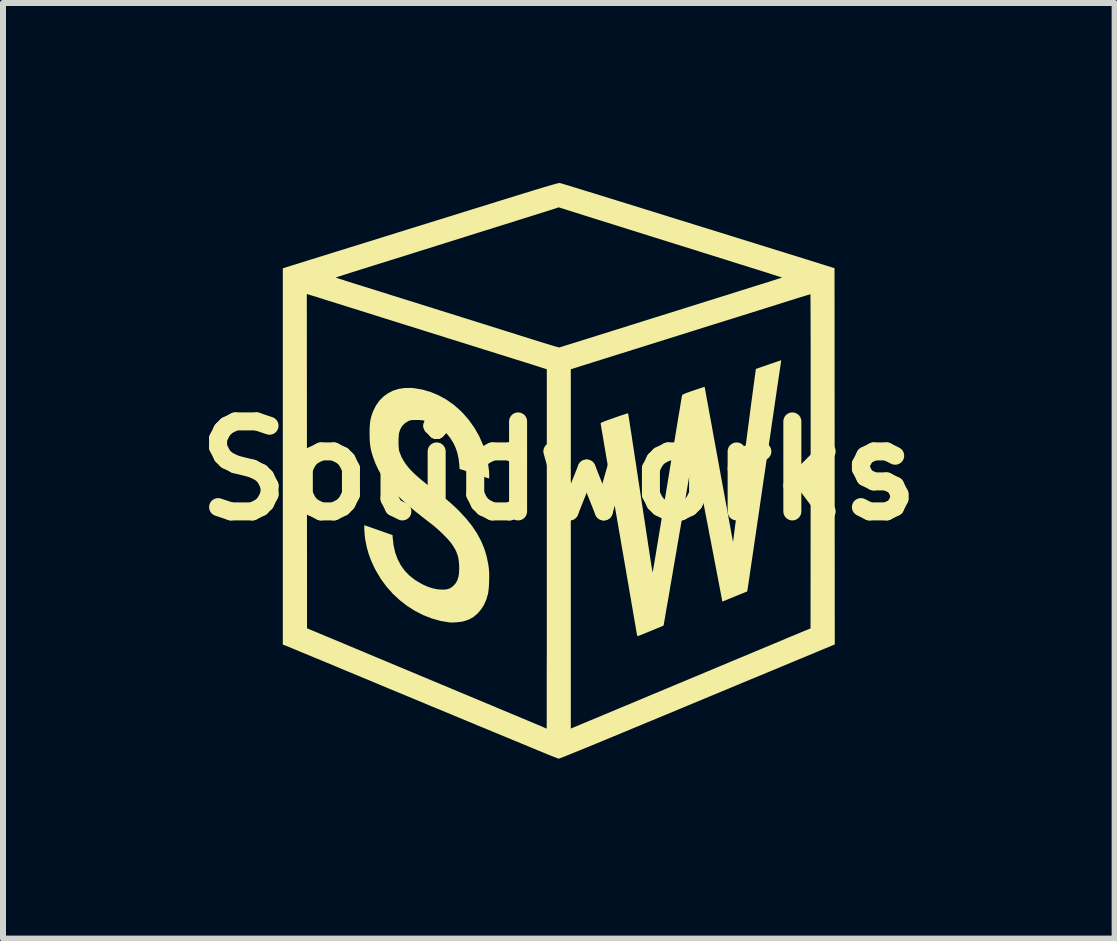
<source format=kicad_pcb>
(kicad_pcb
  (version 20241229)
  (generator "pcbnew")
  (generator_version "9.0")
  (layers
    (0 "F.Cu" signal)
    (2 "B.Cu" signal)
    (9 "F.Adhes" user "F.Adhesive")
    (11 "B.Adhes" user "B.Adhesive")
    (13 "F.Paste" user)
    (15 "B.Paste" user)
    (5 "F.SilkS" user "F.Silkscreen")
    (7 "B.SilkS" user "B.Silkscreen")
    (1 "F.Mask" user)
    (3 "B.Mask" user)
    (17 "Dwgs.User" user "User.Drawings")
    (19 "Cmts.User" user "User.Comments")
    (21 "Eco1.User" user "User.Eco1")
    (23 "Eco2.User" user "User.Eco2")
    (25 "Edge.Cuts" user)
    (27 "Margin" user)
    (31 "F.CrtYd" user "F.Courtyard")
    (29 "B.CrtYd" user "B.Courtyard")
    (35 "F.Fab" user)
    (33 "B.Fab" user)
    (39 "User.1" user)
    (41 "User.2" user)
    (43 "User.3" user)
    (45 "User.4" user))
  (footprint "Solidworks"
    (layer "F.Cu")
    (at 6.264 4.796)
    (property "Reference" "Solidworks" (at 0 0 0) (layer "F.SilkS") (effects (font (size 1.5 1.5) (thickness 0.3))))
    (attr board_only exclude_from_pos_files exclude_from_bom)
    (fp_poly (pts (xy -2.421 -1.377) (xy -2.277 -1.353) (xy -2.138 -1.313) (xy -2.004 -1.257) (xy -1.875 -1.186) (xy -1.753 -1.101) (xy -1.638 -1) (xy -1.603 -0.965) (xy -1.499 -0.846) (xy -1.407 -0.716) (xy -1.328 -0.578) (xy -1.264 -0.431) (xy -1.214 -0.278) (xy -1.197 -0.208) (xy -1.187 -0.156) (xy -1.177 -0.1) (xy -1.169 -0.043) (xy -1.163 0.01) (xy -1.16 0.057) (xy -1.159 0.092) (xy -1.16 0.101) (xy -1.163 0.13) (xy -1.408 0.05) (xy -1.654 -0.03) (xy -1.659 -0.105) (xy -1.671 -0.206) (xy -1.691 -0.297) (xy -1.72 -0.383) (xy -1.755 -0.458) (xy -1.812 -0.55) (xy -1.879 -0.631) (xy -1.959 -0.7) (xy -2.05 -0.758) (xy -2.155 -0.805) (xy -2.2 -0.822) (xy -2.235 -0.832) (xy -2.265 -0.839) (xy -2.296 -0.843) (xy -2.334 -0.845) (xy -2.371 -0.845) (xy -2.414 -0.845) (xy -2.445 -0.844) (xy -2.468 -0.841) (xy -2.487 -0.836) (xy -2.506 -0.828) (xy -2.519 -0.821) (xy -2.571 -0.787) (xy -2.613 -0.743) (xy -2.644 -0.687) (xy -2.665 -0.619) (xy -2.678 -0.538) (xy -2.68 -0.517) (xy -2.679 -0.423) (xy -2.662 -0.333) (xy -2.629 -0.245) (xy -2.622 -0.229) (xy -2.592 -0.174) (xy -2.558 -0.121) (xy -2.518 -0.068) (xy -2.471 -0.014) (xy -2.416 0.042) (xy -2.351 0.101) (xy -2.276 0.165) (xy -2.189 0.235) (xy -2.089 0.311) (xy -2.075 0.323) (xy -1.992 0.385) (xy -1.921 0.44) (xy -1.859 0.49) (xy -1.803 0.538) (xy -1.751 0.585) (xy -1.7 0.634) (xy -1.658 0.675) (xy -1.545 0.797) (xy -1.447 0.919) (xy -1.365 1.042) (xy -1.297 1.167) (xy -1.243 1.295) (xy -1.202 1.429) (xy -1.174 1.569) (xy -1.166 1.629) (xy -1.162 1.677) (xy -1.16 1.735) (xy -1.16 1.799) (xy -1.162 1.864) (xy -1.165 1.927) (xy -1.17 1.984) (xy -1.176 2.03) (xy -1.179 2.046) (xy -1.208 2.148) (xy -1.248 2.238) (xy -1.3 2.318) (xy -1.354 2.38) (xy -1.421 2.437) (xy -1.497 2.48) (xy -1.583 2.509) (xy -1.592 2.511) (xy -1.63 2.518) (xy -1.678 2.524) (xy -1.728 2.528) (xy -1.776 2.53) (xy -1.816 2.529) (xy -1.825 2.528) (xy -1.973 2.503) (xy -2.119 2.462) (xy -2.261 2.406) (xy -2.398 2.336) (xy -2.528 2.253) (xy -2.651 2.158) (xy -2.766 2.051) (xy -2.87 1.934) (xy -2.964 1.806) (xy -3.046 1.67) (xy -3.083 1.598) (xy -3.132 1.488) (xy -3.17 1.384) (xy -3.199 1.282) (xy -3.221 1.176) (xy -3.23 1.118) (xy -3.234 1.082) (xy -3.237 1.043) (xy -3.24 1.003) (xy -3.242 0.966) (xy -3.242 0.936) (xy -3.242 0.916) (xy -3.24 0.908) (xy -3.232 0.911) (xy -3.21 0.919) (xy -3.176 0.93) (xy -3.132 0.946) (xy -3.081 0.964) (xy -3.024 0.984) (xy -3.004 0.991) (xy -2.771 1.073) (xy -2.769 1.109) (xy -2.754 1.242) (xy -2.727 1.364) (xy -2.686 1.476) (xy -2.632 1.578) (xy -2.565 1.67) (xy -2.485 1.752) (xy -2.391 1.825) (xy -2.283 1.888) (xy -2.267 1.896) (xy -2.18 1.935) (xy -2.099 1.961) (xy -2.02 1.977) (xy -1.97 1.981) (xy -1.91 1.982) (xy -1.862 1.976) (xy -1.822 1.963) (xy -1.785 1.941) (xy -1.759 1.92) (xy -1.721 1.879) (xy -1.693 1.831) (xy -1.674 1.775) (xy -1.663 1.708) (xy -1.66 1.629) (xy -1.661 1.585) (xy -1.666 1.516) (xy -1.674 1.458) (xy -1.687 1.407) (xy -1.705 1.358) (xy -1.722 1.321) (xy -1.755 1.264) (xy -1.793 1.208) (xy -1.841 1.15) (xy -1.9 1.088) (xy -1.918 1.07) (xy -1.957 1.031) (xy -1.993 0.998) (xy -2.029 0.966) (xy -2.066 0.934) (xy -2.108 0.899) (xy -2.158 0.861) (xy -2.217 0.815) (xy -2.242 0.796) (xy -2.383 0.685) (xy -2.51 0.579) (xy -2.623 0.476) (xy -2.722 0.377) (xy -2.81 0.278) (xy -2.886 0.18) (xy -2.952 0.082) (xy -3.008 -0.018) (xy -3.056 -0.12) (xy -3.095 -0.225) (xy -3.116 -0.293) (xy -3.132 -0.355) (xy -3.143 -0.417) (xy -3.15 -0.483) (xy -3.153 -0.557) (xy -3.154 -0.625) (xy -3.153 -0.704) (xy -3.149 -0.77) (xy -3.143 -0.827) (xy -3.132 -0.88) (xy -3.117 -0.931) (xy -3.097 -0.986) (xy -3.095 -0.991) (xy -3.049 -1.084) (xy -2.992 -1.166) (xy -2.924 -1.235) (xy -2.847 -1.291) (xy -2.761 -1.335) (xy -2.667 -1.364) (xy -2.565 -1.379) (xy -2.458 -1.38)) (stroke (width 0) (type solid)) (fill yes) (layer "F.SilkS"))
    (fp_poly (pts (xy 3.707 -1.832) (xy 3.705 -1.82) (xy 3.703 -1.808) (xy 3.699 -1.781) (xy 3.693 -1.74) (xy 3.685 -1.686) (xy 3.675 -1.622) (xy 3.664 -1.547) (xy 3.652 -1.463) (xy 3.638 -1.372) (xy 3.624 -1.275) (xy 3.609 -1.173) (xy 3.604 -1.137) (xy 3.588 -1.027) (xy 3.572 -0.916) (xy 3.555 -0.805) (xy 3.54 -0.698) (xy 3.525 -0.596) (xy 3.511 -0.5) (xy 3.498 -0.414) (xy 3.487 -0.338) (xy 3.478 -0.275) (xy 3.471 -0.229) (xy 3.461 -0.164) (xy 3.45 -0.087) (xy 3.437 0.001) (xy 3.423 0.094) (xy 3.409 0.19) (xy 3.395 0.285) (xy 3.382 0.376) (xy 3.379 0.396) (xy 3.365 0.49) (xy 3.35 0.595) (xy 3.334 0.708) (xy 3.316 0.827) (xy 3.298 0.95) (xy 3.28 1.075) (xy 3.261 1.199) (xy 3.244 1.321) (xy 3.226 1.438) (xy 3.21 1.548) (xy 3.195 1.649) (xy 3.182 1.738) (xy 3.171 1.815) (xy 3.166 1.845) (xy 3.159 1.895) (xy 3.152 1.94) (xy 3.146 1.976) (xy 3.142 2.001) (xy 3.14 2.012) (xy 3.14 2.013) (xy 3.131 2.016) (xy 3.111 2.024) (xy 3.083 2.036) (xy 3.062 2.044) (xy 3.028 2.058) (xy 2.983 2.076) (xy 2.932 2.097) (xy 2.88 2.119) (xy 2.856 2.128) (xy 2.813 2.146) (xy 2.776 2.161) (xy 2.748 2.172) (xy 2.73 2.178) (xy 2.725 2.179) (xy 2.723 2.17) (xy 2.719 2.145) (xy 2.712 2.107) (xy 2.702 2.055) (xy 2.69 1.991) (xy 2.676 1.917) (xy 2.66 1.833) (xy 2.642 1.74) (xy 2.623 1.639) (xy 2.602 1.532) (xy 2.581 1.419) (xy 2.558 1.302) (xy 2.535 1.182) (xy 2.511 1.06) (xy 2.488 0.936) (xy 2.464 0.812) (xy 2.44 0.69) (xy 2.417 0.569) (xy 2.394 0.452) (xy 2.373 0.339) (xy 2.352 0.231) (xy 2.332 0.13) (xy 2.314 0.037) (xy 2.298 -0.048) (xy 2.283 -0.123) (xy 2.271 -0.188) (xy 2.26 -0.24) (xy 2.253 -0.28) (xy 2.247 -0.305) (xy 2.245 -0.316) (xy 2.245 -0.316) (xy 2.242 -0.313) (xy 2.242 -0.31) (xy 2.24 -0.301) (xy 2.236 -0.276) (xy 2.23 -0.237) (xy 2.221 -0.185) (xy 2.21 -0.12) (xy 2.197 -0.044) (xy 2.183 0.042) (xy 2.166 0.138) (xy 2.149 0.241) (xy 2.13 0.352) (xy 2.11 0.47) (xy 2.089 0.592) (xy 2.067 0.719) (xy 2.045 0.849) (xy 2.022 0.981) (xy 1.999 1.114) (xy 1.976 1.247) (xy 1.954 1.38) (xy 1.931 1.511) (xy 1.909 1.639) (xy 1.888 1.763) (xy 1.867 1.882) (xy 1.848 1.995) (xy 1.83 2.101) (xy 1.813 2.199) (xy 1.797 2.289) (xy 1.783 2.368) (xy 1.772 2.437) (xy 1.762 2.493) (xy 1.754 2.536) (xy 1.749 2.566) (xy 1.746 2.58) (xy 1.746 2.582) (xy 1.738 2.585) (xy 1.717 2.594) (xy 1.685 2.608) (xy 1.645 2.624) (xy 1.6 2.643) (xy 1.551 2.663) (xy 1.502 2.683) (xy 1.454 2.703) (xy 1.411 2.72) (xy 1.374 2.735) (xy 1.346 2.746) (xy 1.329 2.753) (xy 1.326 2.754) (xy 1.312 2.754) (xy 1.305 2.742) (xy 1.304 2.74) (xy 1.302 2.727) (xy 1.297 2.7) (xy 1.29 2.661) (xy 1.282 2.612) (xy 1.272 2.555) (xy 1.261 2.492) (xy 1.255 2.454) (xy 1.245 2.397) (xy 1.233 2.325) (xy 1.218 2.24) (xy 1.202 2.144) (xy 1.183 2.038) (xy 1.164 1.924) (xy 1.143 1.804) (xy 1.122 1.68) (xy 1.1 1.553) (xy 1.078 1.424) (xy 1.055 1.296) (xy 1.034 1.17) (xy 1.013 1.049) (xy 0.993 0.933) (xy 0.974 0.824) (xy 0.967 0.783) (xy 0.949 0.682) (xy 0.931 0.576) (xy 0.912 0.467) (xy 0.893 0.355) (xy 0.873 0.241) (xy 0.854 0.128) (xy 0.834 0.017) (xy 0.816 -0.093) (xy 0.797 -0.199) (xy 0.78 -0.299) (xy 0.764 -0.394) (xy 0.749 -0.481) (xy 0.736 -0.56) (xy 0.724 -0.629) (xy 0.714 -0.687) (xy 0.706 -0.733) (xy 0.701 -0.766) (xy 0.698 -0.784) (xy 0.697 -0.787) (xy 0.699 -0.792) (xy 0.705 -0.798) (xy 0.718 -0.805) (xy 0.74 -0.815) (xy 0.771 -0.827) (xy 0.813 -0.843) (xy 0.868 -0.862) (xy 0.923 -0.881) (xy 0.981 -0.902) (xy 1.034 -0.92) (xy 1.08 -0.935) (xy 1.116 -0.947) (xy 1.141 -0.954) (xy 1.153 -0.957) (xy 1.154 -0.957) (xy 1.154 -0.956) (xy 1.155 -0.952) (xy 1.157 -0.946) (xy 1.159 -0.936) (xy 1.161 -0.921) (xy 1.164 -0.902) (xy 1.169 -0.876) (xy 1.174 -0.843) (xy 1.18 -0.803) (xy 1.187 -0.755) (xy 1.196 -0.698) (xy 1.207 -0.63) (xy 1.219 -0.552) (xy 1.232 -0.463) (xy 1.248 -0.362) (xy 1.265 -0.247) (xy 1.285 -0.119) (xy 1.306 0.023) (xy 1.33 0.181) (xy 1.346 0.283) (xy 1.364 0.405) (xy 1.383 0.528) (xy 1.402 0.65) (xy 1.42 0.77) (xy 1.438 0.885) (xy 1.454 0.995) (xy 1.47 1.097) (xy 1.484 1.19) (xy 1.496 1.272) (xy 1.507 1.34) (xy 1.514 1.389) (xy 1.525 1.459) (xy 1.535 1.523) (xy 1.544 1.58) (xy 1.552 1.627) (xy 1.558 1.664) (xy 1.562 1.688) (xy 1.564 1.697) (xy 1.564 1.697) (xy 1.566 1.689) (xy 1.57 1.665) (xy 1.576 1.628) (xy 1.585 1.579) (xy 1.595 1.519) (xy 1.607 1.449) (xy 1.62 1.372) (xy 1.633 1.288) (xy 1.648 1.199) (xy 1.65 1.191) (xy 1.667 1.083) (xy 1.687 0.964) (xy 1.708 0.838) (xy 1.729 0.71) (xy 1.75 0.583) (xy 1.77 0.461) (xy 1.789 0.347) (xy 1.806 0.246) (xy 1.808 0.233) (xy 1.824 0.134) (xy 1.843 0.022) (xy 1.862 -0.099) (xy 1.883 -0.225) (xy 1.904 -0.353) (xy 1.925 -0.479) (xy 1.945 -0.6) (xy 1.963 -0.711) (xy 1.966 -0.729) (xy 1.981 -0.82) (xy 1.995 -0.905) (xy 2.009 -0.985) (xy 2.021 -1.057) (xy 2.031 -1.121) (xy 2.04 -1.174) (xy 2.047 -1.214) (xy 2.052 -1.242) (xy 2.054 -1.255) (xy 2.054 -1.255) (xy 2.058 -1.262) (xy 2.067 -1.269) (xy 2.083 -1.277) (xy 2.108 -1.288) (xy 2.144 -1.302) (xy 2.193 -1.319) (xy 2.243 -1.337) (xy 2.295 -1.354) (xy 2.342 -1.37) (xy 2.381 -1.383) (xy 2.41 -1.392) (xy 2.426 -1.397) (xy 2.43 -1.398) (xy 2.432 -1.389) (xy 2.437 -1.368) (xy 2.442 -1.338) (xy 2.445 -1.325) (xy 2.448 -1.304) (xy 2.455 -1.267) (xy 2.464 -1.215) (xy 2.476 -1.15) (xy 2.491 -1.071) (xy 2.507 -0.98) (xy 2.526 -0.878) (xy 2.547 -0.765) (xy 2.569 -0.641) (xy 2.593 -0.509) (xy 2.619 -0.369) (xy 2.646 -0.221) (xy 2.674 -0.067) (xy 2.703 0.093) (xy 2.734 0.258) (xy 2.765 0.428) (xy 2.779 0.508) (xy 2.797 0.602) (xy 2.813 0.693) (xy 2.829 0.779) (xy 2.843 0.859) (xy 2.857 0.931) (xy 2.868 0.993) (xy 2.877 1.044) (xy 2.884 1.082) (xy 2.888 1.105) (xy 2.889 1.108) (xy 2.895 1.14) (xy 2.9 1.166) (xy 2.903 1.18) (xy 2.904 1.181) (xy 2.906 1.175) (xy 2.909 1.157) (xy 2.911 1.136) (xy 2.914 1.112) (xy 2.919 1.075) (xy 2.925 1.029) (xy 2.931 0.978) (xy 2.937 0.933) (xy 2.943 0.888) (xy 2.951 0.83) (xy 2.96 0.761) (xy 2.97 0.685) (xy 2.98 0.605) (xy 2.991 0.525) (xy 2.999 0.463) (xy 3.006 0.413) (xy 3.012 0.368) (xy 3.017 0.325) (xy 3.023 0.285) (xy 3.028 0.245) (xy 3.033 0.205) (xy 3.039 0.164) (xy 3.044 0.12) (xy 3.051 0.072) (xy 3.058 0.02) (xy 3.065 -0.038) (xy 3.074 -0.103) (xy 3.083 -0.176) (xy 3.094 -0.258) (xy 3.106 -0.35) (xy 3.12 -0.453) (xy 3.135 -0.569) (xy 3.152 -0.698) (xy 3.171 -0.842) (xy 3.187 -0.966) (xy 3.201 -1.074) (xy 3.215 -1.177) (xy 3.228 -1.275) (xy 3.24 -1.365) (xy 3.251 -1.447) (xy 3.261 -1.519) (xy 3.269 -1.58) (xy 3.276 -1.63) (xy 3.281 -1.667) (xy 3.284 -1.689) (xy 3.285 -1.696) (xy 3.293 -1.699) (xy 3.315 -1.707) (xy 3.348 -1.718) (xy 3.391 -1.733) (xy 3.441 -1.75) (xy 3.483 -1.765) (xy 3.538 -1.784) (xy 3.588 -1.801) (xy 3.631 -1.816) (xy 3.665 -1.828) (xy 3.687 -1.835) (xy 3.695 -1.838) (xy 3.705 -1.84)) (stroke (width 0) (type solid)) (fill yes) (layer "F.SilkS"))
    (fp_poly (pts (xy 0.016 -4.796) (xy 0.032 -4.791) (xy 0.064 -4.782) (xy 0.111 -4.768) (xy 0.174 -4.749) (xy 0.252 -4.725) (xy 0.345 -4.697) (xy 0.453 -4.663) (xy 0.576 -4.626) (xy 0.713 -4.583) (xy 0.865 -4.536) (xy 1.03 -4.485) (xy 1.21 -4.429) (xy 1.404 -4.369) (xy 1.611 -4.305) (xy 1.679 -4.284) (xy 1.924 -4.207) (xy 2.154 -4.136) (xy 2.369 -4.069) (xy 2.57 -4.007) (xy 2.757 -3.949) (xy 2.93 -3.895) (xy 3.091 -3.845) (xy 3.24 -3.799) (xy 3.377 -3.756) (xy 3.503 -3.717) (xy 3.618 -3.681) (xy 3.724 -3.648) (xy 3.82 -3.618) (xy 3.907 -3.591) (xy 3.985 -3.567) (xy 4.056 -3.545) (xy 4.119 -3.525) (xy 4.175 -3.508) (xy 4.225 -3.492) (xy 4.267 -3.479) (xy 4.596 -3.376) (xy 4.598 -0.24) (xy 4.6 2.896) (xy 4.335 3.006) (xy 4.259 3.038) (xy 4.172 3.074) (xy 4.078 3.113) (xy 3.984 3.152) (xy 3.892 3.19) (xy 3.809 3.225) (xy 3.788 3.234) (xy 3.717 3.263) (xy 3.646 3.293) (xy 3.577 3.322) (xy 3.513 3.348) (xy 3.457 3.371) (xy 3.412 3.39) (xy 3.388 3.4) (xy 3.36 3.411) (xy 3.319 3.429) (xy 3.265 3.451) (xy 3.201 3.477) (xy 3.128 3.508) (xy 3.047 3.541) (xy 2.961 3.577) (xy 2.87 3.615) (xy 2.777 3.654) (xy 2.721 3.677) (xy 2.615 3.721) (xy 2.502 3.768) (xy 2.385 3.817) (xy 2.267 3.866) (xy 2.149 3.915) (xy 2.036 3.962) (xy 1.931 4.006) (xy 1.835 4.046) (xy 1.754 4.079) (xy 1.663 4.117) (xy 1.565 4.158) (xy 1.465 4.199) (xy 1.365 4.241) (xy 1.269 4.28) (xy 1.179 4.318) (xy 1.099 4.351) (xy 1.042 4.375) (xy 0.899 4.434) (xy 0.764 4.49) (xy 0.638 4.542) (xy 0.521 4.59) (xy 0.415 4.634) (xy 0.319 4.673) (xy 0.235 4.707) (xy 0.162 4.736) (xy 0.102 4.761) (xy 0.055 4.779) (xy 0.022 4.792) (xy 0.003 4.798) (xy -0.001 4.799) (xy -0.012 4.796) (xy -0.036 4.787) (xy -0.07 4.774) (xy -0.111 4.758) (xy -0.154 4.741) (xy -0.207 4.719) (xy -0.263 4.696) (xy -0.316 4.674) (xy -0.361 4.656) (xy -0.383 4.646) (xy -0.411 4.635) (xy -0.451 4.618) (xy -0.503 4.597) (xy -0.563 4.572) (xy -0.629 4.545) (xy -0.699 4.515) (xy -0.772 4.486) (xy -0.787 4.479) (xy -0.872 4.444) (xy -0.967 4.405) (xy -1.066 4.364) (xy -1.166 4.322) (xy -1.263 4.282) (xy -1.351 4.246) (xy -1.4 4.225) (xy -1.475 4.194) (xy -1.553 4.162) (xy -1.63 4.13) (xy -1.704 4.099) (xy -1.771 4.071) (xy -1.828 4.047) (xy -1.863 4.033) (xy -1.897 4.019) (xy -1.944 3.999) (xy -2.005 3.974) (xy -2.076 3.945) (xy -2.156 3.912) (xy -2.243 3.875) (xy -2.337 3.836) (xy -2.436 3.795) (xy -2.537 3.753) (xy -2.64 3.71) (xy -2.675 3.696) (xy -2.841 3.627) (xy -2.992 3.564) (xy -3.13 3.506) (xy -3.255 3.454) (xy -3.368 3.407) (xy -3.47 3.365) (xy -3.562 3.327) (xy -3.645 3.292) (xy -3.719 3.261) (xy -3.786 3.233) (xy -3.846 3.208) (xy -3.9 3.186) (xy -3.95 3.165) (xy -3.995 3.146) (xy -4.038 3.129) (xy -4.078 3.112) (xy -4.117 3.096) (xy -4.155 3.08) (xy -4.193 3.064) (xy -4.233 3.048) (xy -4.267 3.034) (xy -4.333 3.006) (xy -4.396 2.98) (xy -4.452 2.957) (xy -4.5 2.937) (xy -4.539 2.921) (xy -4.566 2.91) (xy -4.58 2.905) (xy -4.581 2.905) (xy -4.6 2.899) (xy -4.6 -0.237) (xy -4.6 -2.944) (xy -4.2 -2.944) (xy -4.198 -0.158) (xy -4.196 2.627) (xy -4.1 2.667) (xy -4.079 2.675) (xy -4.044 2.69) (xy -3.996 2.71) (xy -3.936 2.735) (xy -3.865 2.765) (xy -3.785 2.798) (xy -3.696 2.835) (xy -3.6 2.875) (xy -3.498 2.918) (xy -3.391 2.963) (xy -3.28 3.009) (xy -3.188 3.048) (xy -3.038 3.111) (xy -2.899 3.169) (xy -2.77 3.223) (xy -2.648 3.274) (xy -2.532 3.322) (xy -2.418 3.37) (xy -2.306 3.417) (xy -2.193 3.464) (xy -2.077 3.513) (xy -1.957 3.563) (xy -1.829 3.616) (xy -1.692 3.674) (xy -1.545 3.735) (xy -1.385 3.802) (xy -1.35 3.817) (xy -1.291 3.841) (xy -1.22 3.871) (xy -1.138 3.905) (xy -1.049 3.942) (xy -0.956 3.982) (xy -0.86 4.021) (xy -0.766 4.061) (xy -0.674 4.099) (xy -0.662 4.104) (xy -0.582 4.138) (xy -0.506 4.17) (xy -0.436 4.199) (xy -0.373 4.226) (xy -0.318 4.248) (xy -0.274 4.267) (xy -0.242 4.281) (xy -0.222 4.29) (xy -0.217 4.292) (xy -0.205 4.299) (xy -0.202 4.3) (xy -0.202 4.292) (xy -0.202 4.267) (xy -0.202 4.227) (xy -0.201 4.173) (xy -0.201 4.104) (xy -0.201 4.021) (xy -0.201 3.925) (xy -0.201 3.817) (xy -0.201 3.696) (xy -0.201 3.565) (xy -0.201 3.422) (xy -0.201 3.269) (xy -0.2 3.107) (xy -0.2 2.936) (xy -0.2 2.756) (xy -0.2 2.568) (xy -0.2 2.374) (xy -0.2 2.172) (xy -0.2 1.964) (xy -0.2 1.751) (xy -0.2 1.533) (xy -0.2 1.311) (xy -0.2 1.305) (xy -0.2 -1.69) (xy -0.202 -1.691) (xy 0.2 -1.691) (xy 0.2 1.304) (xy 0.2 4.298) (xy 0.415 4.208) (xy 0.468 4.186) (xy 0.534 4.158) (xy 0.61 4.127) (xy 0.693 4.092) (xy 0.78 4.056) (xy 0.869 4.019) (xy 0.956 3.982) (xy 1.008 3.96) (xy 1.097 3.923) (xy 1.191 3.884) (xy 1.289 3.843) (xy 1.386 3.802) (xy 1.479 3.763) (xy 1.565 3.727) (xy 1.641 3.696) (xy 1.671 3.683) (xy 1.834 3.615) (xy 1.984 3.552) (xy 2.119 3.496) (xy 2.243 3.444) (xy 2.356 3.397) (xy 2.458 3.354) (xy 2.552 3.315) (xy 2.637 3.279) (xy 2.716 3.246) (xy 2.789 3.216) (xy 2.857 3.187) (xy 2.921 3.16) (xy 2.946 3.15) (xy 3.013 3.122) (xy 3.093 3.089) (xy 3.181 3.052) (xy 3.275 3.012) (xy 3.372 2.972) (xy 3.468 2.932) (xy 3.559 2.894) (xy 3.604 2.875) (xy 3.684 2.842) (xy 3.762 2.809) (xy 3.837 2.777) (xy 3.907 2.748) (xy 3.97 2.722) (xy 4.023 2.7) (xy 4.064 2.682) (xy 4.092 2.671) (xy 4.196 2.628) (xy 4.198 -0.157) (xy 4.198 -0.371) (xy 4.198 -0.581) (xy 4.198 -0.787) (xy 4.198 -0.986) (xy 4.198 -1.18) (xy 4.198 -1.366) (xy 4.198 -1.546) (xy 4.198 -1.717) (xy 4.198 -1.88) (xy 4.198 -2.033) (xy 4.198 -2.177) (xy 4.197 -2.31) (xy 4.197 -2.433) (xy 4.197 -2.544) (xy 4.196 -2.642) (xy 4.196 -2.728) (xy 4.196 -2.8) (xy 4.195 -2.858) (xy 4.195 -2.901) (xy 4.195 -2.929) (xy 4.194 -2.941) (xy 4.194 -2.942) (xy 4.185 -2.939) (xy 4.162 -2.932) (xy 4.127 -2.922) (xy 4.082 -2.908) (xy 4.029 -2.892) (xy 3.971 -2.874) (xy 3.95 -2.867) (xy 3.909 -2.854) (xy 3.853 -2.837) (xy 3.784 -2.815) (xy 3.704 -2.79) (xy 3.613 -2.761) (xy 3.514 -2.73) (xy 3.408 -2.697) (xy 3.295 -2.662) (xy 3.179 -2.625) (xy 3.06 -2.588) (xy 2.939 -2.55) (xy 2.862 -2.526) (xy 2.725 -2.483) (xy 2.577 -2.437) (xy 2.421 -2.388) (xy 2.259 -2.337) (xy 2.094 -2.285) (xy 1.93 -2.234) (xy 1.768 -2.183) (xy 1.612 -2.134) (xy 1.465 -2.088) (xy 1.328 -2.045) (xy 1.238 -2.017) (xy 1.125 -1.981) (xy 1.014 -1.947) (xy 0.907 -1.913) (xy 0.804 -1.881) (xy 0.708 -1.851) (xy 0.619 -1.823) (xy 0.54 -1.798) (xy 0.47 -1.776) (xy 0.412 -1.758) (xy 0.367 -1.744) (xy 0.337 -1.734) (xy 0.331 -1.732) (xy 0.2 -1.691) (xy -0.202 -1.691) (xy -0.29 -1.72) (xy -0.315 -1.728) (xy -0.355 -1.741) (xy -0.407 -1.757) (xy -0.468 -1.777) (xy -0.538 -1.799) (xy -0.615 -1.823) (xy -0.695 -1.848) (xy -0.779 -1.874) (xy -0.796 -1.88) (xy -0.893 -1.91) (xy -1.002 -1.944) (xy -1.119 -1.981) (xy -1.24 -2.018) (xy -1.36 -2.056) (xy -1.477 -2.093) (xy -1.585 -2.127) (xy -1.65 -2.147) (xy -1.735 -2.174) (xy -1.833 -2.204) (xy -1.942 -2.239) (xy -2.058 -2.275) (xy -2.18 -2.313) (xy -2.303 -2.352) (xy -2.427 -2.391) (xy -2.547 -2.428) (xy -2.661 -2.464) (xy -2.696 -2.475) (xy -2.808 -2.51) (xy -2.926 -2.547) (xy -3.047 -2.585) (xy -3.17 -2.624) (xy -3.292 -2.662) (xy -3.409 -2.699) (xy -3.519 -2.733) (xy -3.619 -2.765) (xy -3.707 -2.792) (xy -3.733 -2.801) (xy -3.815 -2.826) (xy -3.892 -2.85) (xy -3.964 -2.873) (xy -4.027 -2.893) (xy -4.082 -2.91) (xy -4.127 -2.923) (xy -4.159 -2.933) (xy -4.178 -2.939) (xy -4.181 -2.94) (xy -4.2 -2.944) (xy -4.6 -2.944) (xy -4.6 -3.221) (xy -3.715 -3.221) (xy -3.715 -3.22) (xy -3.713 -3.219) (xy -3.707 -3.216) (xy -3.697 -3.212) (xy -3.682 -3.207) (xy -3.66 -3.2) (xy -3.632 -3.191) (xy -3.596 -3.18) (xy -3.551 -3.165) (xy -3.496 -3.148) (xy -3.431 -3.127) (xy -3.354 -3.103) (xy -3.264 -3.075) (xy -3.161 -3.043) (xy -3.043 -3.006) (xy -2.971 -2.983) (xy -2.87 -2.952) (xy -2.771 -2.92) (xy -2.671 -2.889) (xy -2.57 -2.857) (xy -2.465 -2.825) (xy -2.357 -2.791) (xy -2.242 -2.755) (xy -2.121 -2.717) (xy -1.992 -2.676) (xy -1.853 -2.633) (xy -1.703 -2.586) (xy -1.541 -2.535) (xy -1.365 -2.48) (xy -1.212 -2.432) (xy -1.114 -2.401) (xy -1.005 -2.367) (xy -0.89 -2.33) (xy -0.772 -2.294) (xy -0.657 -2.257) (xy -0.547 -2.223) (xy -0.447 -2.191) (xy -0.396 -2.175) (xy -0.318 -2.151) (xy -0.245 -2.128) (xy -0.178 -2.108) (xy -0.119 -2.09) (xy -0.069 -2.075) (xy -0.031 -2.064) (xy -0.004 -2.057) (xy 0.008 -2.055) (xy 0.008 -2.055) (xy 0.019 -2.058) (xy 0.043 -2.065) (xy 0.08 -2.077) (xy 0.128 -2.092) (xy 0.186 -2.11) (xy 0.251 -2.13) (xy 0.322 -2.152) (xy 0.379 -2.17) (xy 0.456 -2.194) (xy 0.53 -2.217) (xy 0.6 -2.239) (xy 0.663 -2.259) (xy 0.717 -2.276) (xy 0.761 -2.289) (xy 0.792 -2.299) (xy 0.804 -2.303) (xy 0.821 -2.308) (xy 0.853 -2.318) (xy 0.898 -2.333) (xy 0.956 -2.351) (xy 1.025 -2.372) (xy 1.105 -2.397) (xy 1.193 -2.425) (xy 1.29 -2.455) (xy 1.393 -2.488) (xy 1.502 -2.522) (xy 1.615 -2.558) (xy 1.725 -2.592) (xy 1.849 -2.631) (xy 1.975 -2.67) (xy 2.102 -2.71) (xy 2.226 -2.749) (xy 2.348 -2.787) (xy 2.464 -2.824) (xy 2.574 -2.858) (xy 2.675 -2.89) (xy 2.766 -2.918) (xy 2.846 -2.943) (xy 2.912 -2.964) (xy 2.938 -2.972) (xy 3.022 -2.999) (xy 3.11 -3.026) (xy 3.198 -3.054) (xy 3.284 -3.081) (xy 3.364 -3.106) (xy 3.435 -3.128) (xy 3.495 -3.147) (xy 3.508 -3.151) (xy 3.564 -3.169) (xy 3.615 -3.185) (xy 3.659 -3.199) (xy 3.692 -3.209) (xy 3.714 -3.217) (xy 3.722 -3.22) (xy 3.715 -3.222) (xy 3.693 -3.23) (xy 3.658 -3.241) (xy 3.611 -3.256) (xy 3.553 -3.274) (xy 3.486 -3.296) (xy 3.412 -3.319) (xy 3.33 -3.345) (xy 3.244 -3.372) (xy 3.227 -3.377) (xy 3.098 -3.418) (xy 2.955 -3.462) (xy 2.801 -3.511) (xy 2.635 -3.563) (xy 2.461 -3.617) (xy 2.281 -3.674) (xy 2.096 -3.732) (xy 1.907 -3.791) (xy 1.718 -3.85) (xy 1.529 -3.909) (xy 1.342 -3.968) (xy 1.16 -4.025) (xy 0.985 -4.08) (xy 0.817 -4.133) (xy 0.659 -4.182) (xy 0.513 -4.228) (xy 0.38 -4.27) (xy 0.368 -4.274) (xy -0.001 -4.39) (xy -0.086 -4.362) (xy -0.114 -4.353) (xy -0.156 -4.34) (xy -0.209 -4.323) (xy -0.269 -4.304) (xy -0.336 -4.283) (xy -0.405 -4.261) (xy -0.454 -4.246) (xy -0.537 -4.22) (xy -0.63 -4.191) (xy -0.728 -4.16) (xy -0.826 -4.129) (xy -0.919 -4.1) (xy -1.002 -4.074) (xy -1.012 -4.071) (xy -1.069 -4.053) (xy -1.137 -4.031) (xy -1.216 -4.007) (xy -1.303 -3.98) (xy -1.398 -3.95) (xy -1.5 -3.918) (xy -1.607 -3.884) (xy -1.719 -3.849) (xy -1.834 -3.813) (xy -1.951 -3.776) (xy -2.069 -3.739) (xy -2.186 -3.702) (xy -2.303 -3.666) (xy -2.417 -3.63) (xy -2.528 -3.595) (xy -2.634 -3.562) (xy -2.733 -3.531) (xy -2.826 -3.502) (xy -2.911 -3.475) (xy -2.987 -3.452) (xy -3.052 -3.431) (xy -3.105 -3.415) (xy -3.146 -3.402) (xy -3.173 -3.393) (xy -3.183 -3.39) (xy -3.231 -3.375) (xy -3.285 -3.359) (xy -3.343 -3.34) (xy -3.404 -3.321) (xy -3.465 -3.302) (xy -3.523 -3.283) (xy -3.577 -3.266) (xy -3.626 -3.25) (xy -3.666 -3.238) (xy -3.695 -3.228) (xy -3.712 -3.222) (xy -3.715 -3.221) (xy -4.6 -3.221) (xy -4.6 -3.373) (xy -4.494 -3.407) (xy -4.468 -3.415) (xy -4.427 -3.428) (xy -4.374 -3.444) (xy -4.31 -3.464) (xy -4.236 -3.487) (xy -4.155 -3.513) (xy -4.067 -3.54) (xy -3.975 -3.569) (xy -3.88 -3.598) (xy -3.833 -3.613) (xy -3.724 -3.647) (xy -3.606 -3.683) (xy -3.483 -3.722) (xy -3.358 -3.76) (xy -3.234 -3.799) (xy -3.114 -3.836) (xy -3.002 -3.871) (xy -2.9 -3.903) (xy -2.829 -3.925) (xy -2.758 -3.947) (xy -2.689 -3.969) (xy -2.62 -3.99) (xy -2.551 -4.012) (xy -2.48 -4.034) (xy -2.405 -4.057) (xy -2.327 -4.081) (xy -2.244 -4.107) (xy -2.154 -4.135) (xy -2.057 -4.166) (xy -1.951 -4.198) (xy -1.836 -4.234) (xy -1.71 -4.273) (xy -1.572 -4.316) (xy -1.421 -4.363) (xy -1.256 -4.414) (xy -1.15 -4.447) (xy -0.988 -4.498) (xy -0.841 -4.543) (xy -0.709 -4.584) (xy -0.59 -4.621) (xy -0.484 -4.653) (xy -0.391 -4.682) (xy -0.31 -4.706) (xy -0.239 -4.728) (xy -0.179 -4.746) (xy -0.128 -4.76) (xy -0.086 -4.772) (xy -0.053 -4.782) (xy -0.027 -4.788) (xy -0.007 -4.793) (xy 0.006 -4.795) (xy 0.014 -4.796)) (stroke (width 0) (type solid)) (fill yes) (layer "F.SilkS")))
  (gr_rect
    (start -3 -3)
    (end 15.529 12.595)
    (stroke (width 0.1) (type default))
    (fill no)
    (layer "Edge.Cuts")))
</source>
